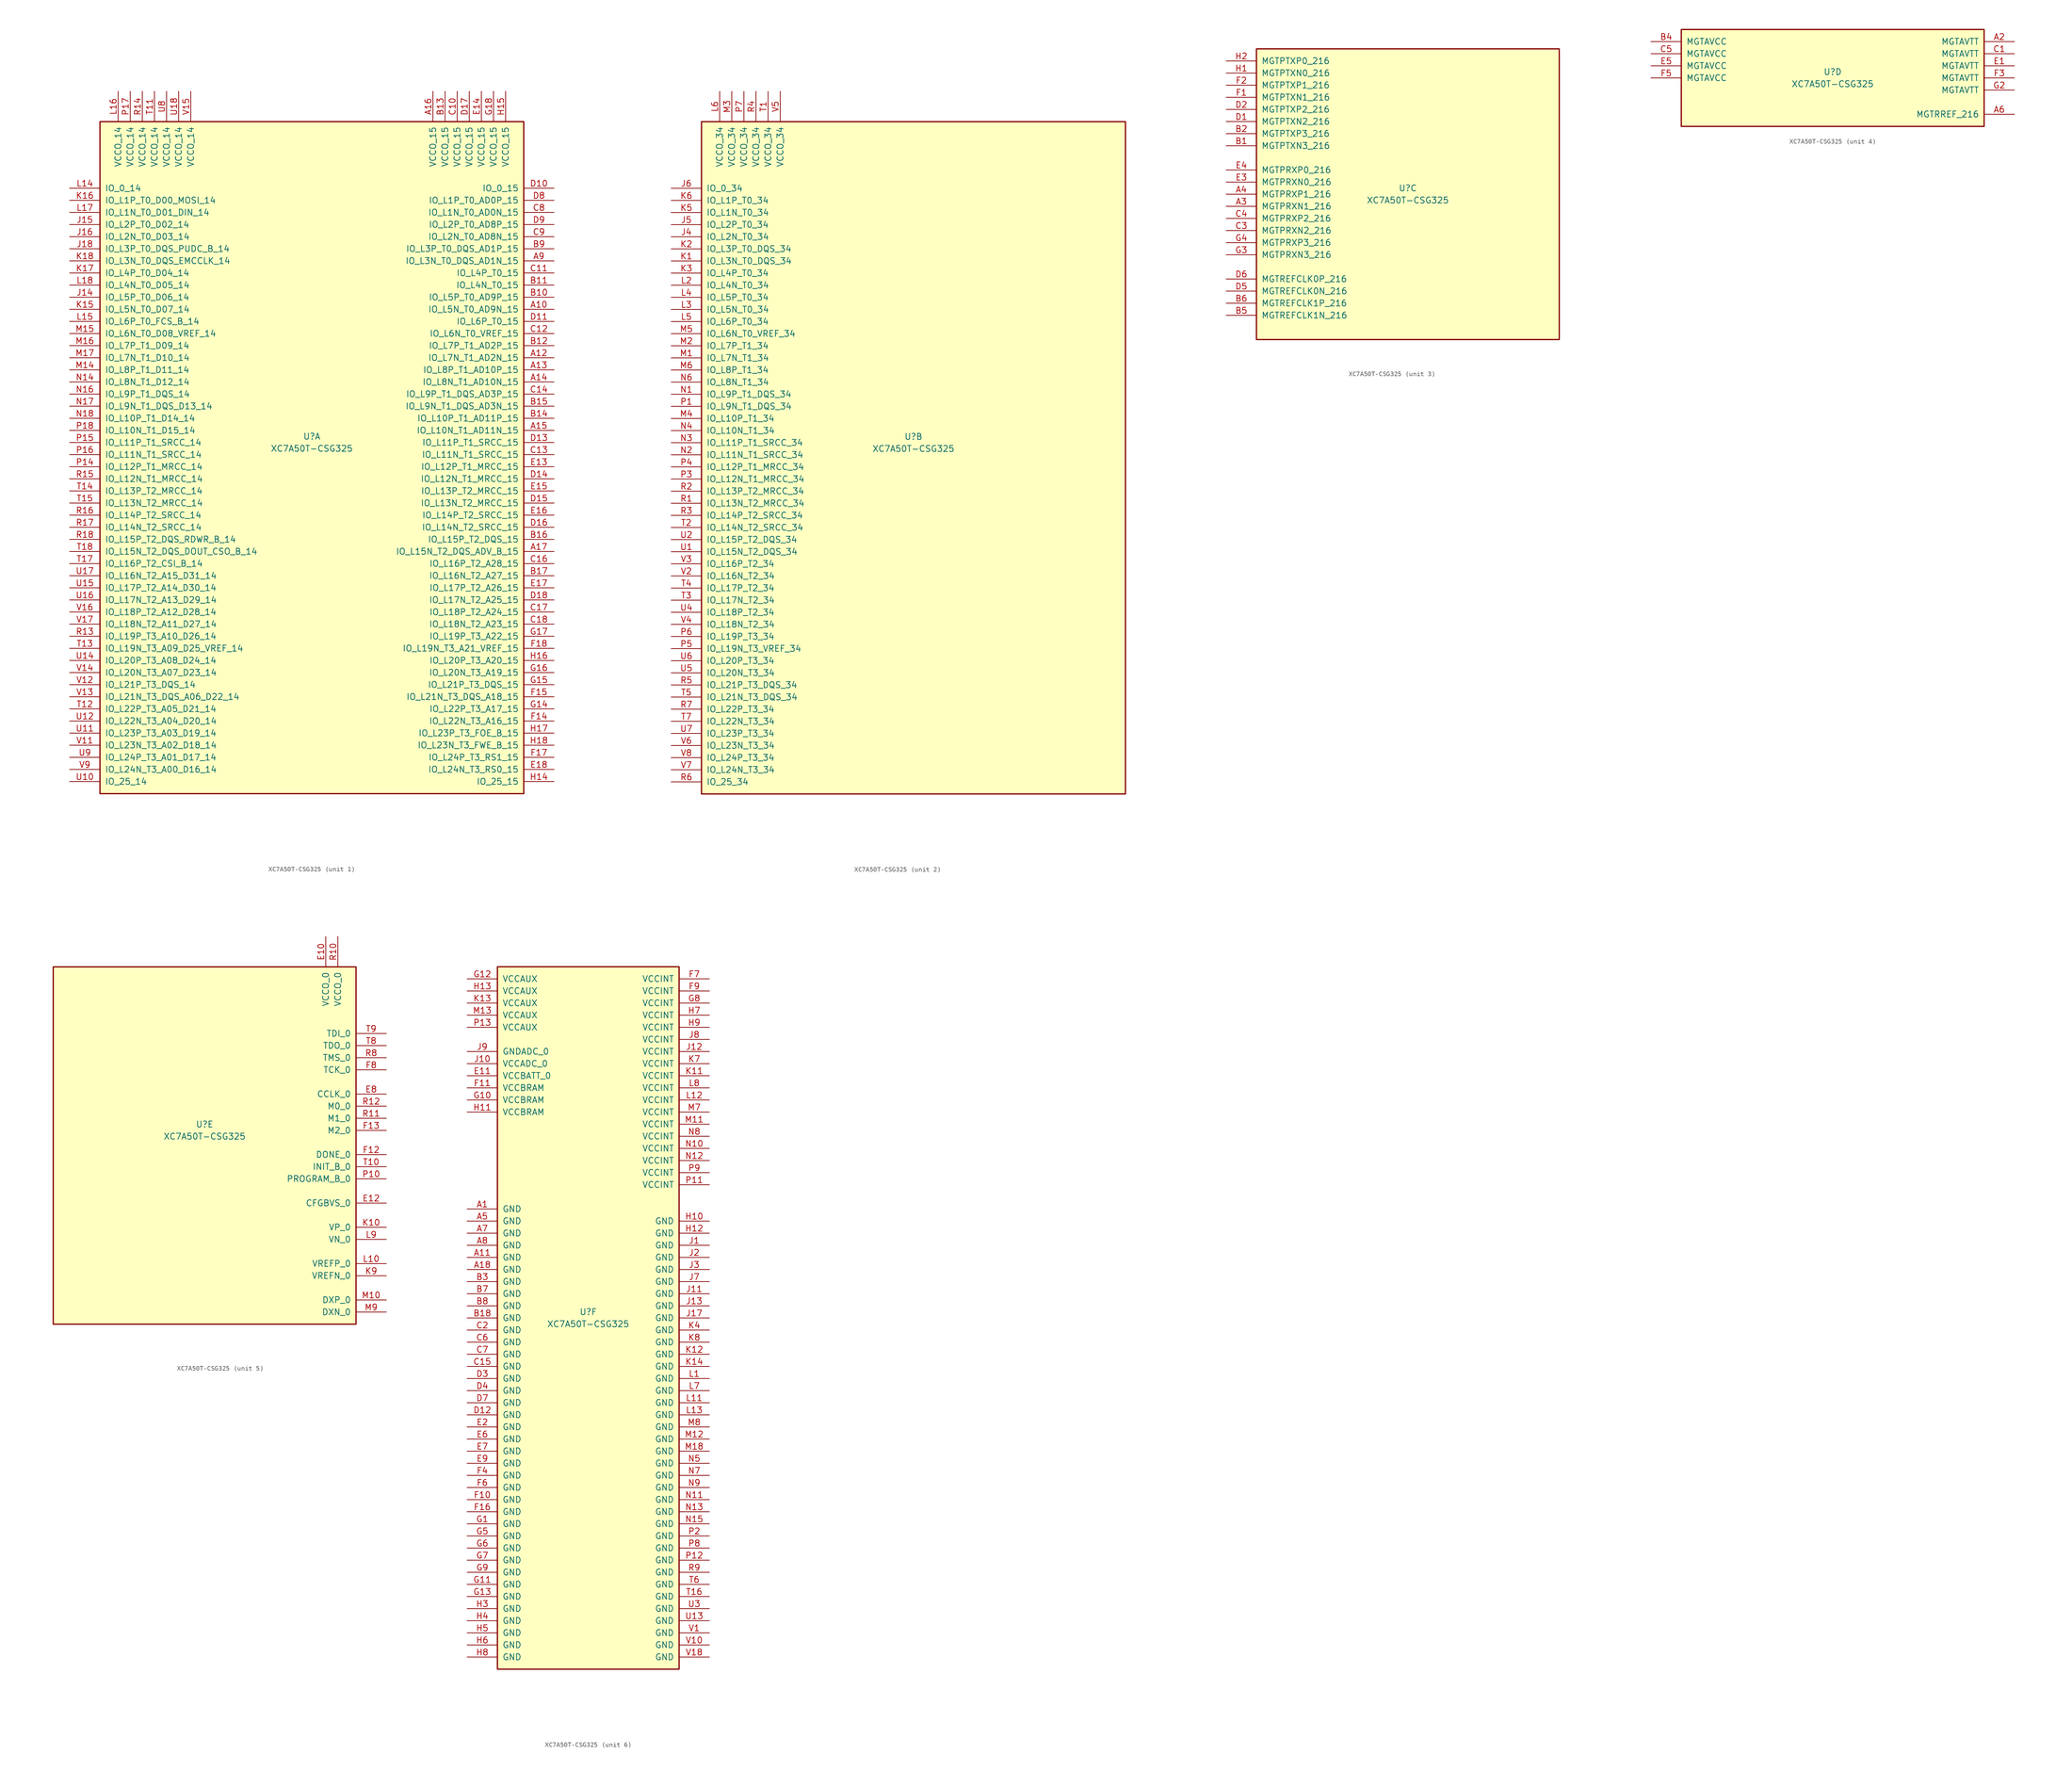
<source format=kicad_sym>
(kicad_symbol_lib
  (version 20231120)
  (generator "kicad_symbol_editor")
  (generator_version "8.0")
  (symbol "XC7A50T-CSG325"
    (pin_names
      (offset 1.016))
    (property "Reference" "U"
      (at 0 1.27 0)
      (effects (font (size 1.27 1.27))))
    (property "Value" "XC7A50T-CSG325"
      (at 0 -1.27 0)
      (effects (font (size 1.27 1.27))))
    (property "Datasheet" ""
      (at 0 0 0)
      (effects (font (size 1.27 1.27))))
    (property "ki_locked" ""
      (at 0 0 0)
      (effects (font (size 1.27 1.27))))
    (symbol "XC7A50T-CSG325_1_1"
      (rectangle (start -44.45 67.31) (end 44.45 -73.66) (stroke (width 0.254) (type default)) (fill (type background)))
      (pin bidirectional line (at 50.8 27.94 180) (length 6.35) (name "IO_L5N_T0_AD9N_15" (effects (font (size 1.27 1.27)))) (number "A10" (effects (font (size 1.27 1.27)))))
      (pin bidirectional line (at 50.8 17.78 180) (length 6.35) (name "IO_L7N_T1_AD2N_15" (effects (font (size 1.27 1.27)))) (number "A12" (effects (font (size 1.27 1.27)))))
      (pin bidirectional line (at 50.8 15.24 180) (length 6.35) (name "IO_L8P_T1_AD10P_15" (effects (font (size 1.27 1.27)))) (number "A13" (effects (font (size 1.27 1.27)))))
      (pin bidirectional line (at 50.8 12.7 180) (length 6.35) (name "IO_L8N_T1_AD10N_15" (effects (font (size 1.27 1.27)))) (number "A14" (effects (font (size 1.27 1.27)))))
      (pin bidirectional line (at 50.8 2.54 180) (length 6.35) (name "IO_L10N_T1_AD11N_15" (effects (font (size 1.27 1.27)))) (number "A15" (effects (font (size 1.27 1.27)))))
      (pin power_in line (at 25.4 73.66 270) (length 6.35) (name "VCCO_15" (effects (font (size 1.27 1.27)))) (number "A16" (effects (font (size 1.27 1.27)))))
      (pin bidirectional line (at 50.8 -22.86 180) (length 6.35) (name "IO_L15N_T2_DQS_ADV_B_15" (effects (font (size 1.27 1.27)))) (number "A17" (effects (font (size 1.27 1.27)))))
      (pin bidirectional line (at 50.8 38.1 180) (length 6.35) (name "IO_L3N_T0_DQS_AD1N_15" (effects (font (size 1.27 1.27)))) (number "A9" (effects (font (size 1.27 1.27)))))
      (pin bidirectional line (at 50.8 30.48 180) (length 6.35) (name "IO_L5P_T0_AD9P_15" (effects (font (size 1.27 1.27)))) (number "B10" (effects (font (size 1.27 1.27)))))
      (pin bidirectional line (at 50.8 33.02 180) (length 6.35) (name "IO_L4N_T0_15" (effects (font (size 1.27 1.27)))) (number "B11" (effects (font (size 1.27 1.27)))))
      (pin bidirectional line (at 50.8 20.32 180) (length 6.35) (name "IO_L7P_T1_AD2P_15" (effects (font (size 1.27 1.27)))) (number "B12" (effects (font (size 1.27 1.27)))))
      (pin power_in line (at 27.94 73.66 270) (length 6.35) (name "VCCO_15" (effects (font (size 1.27 1.27)))) (number "B13" (effects (font (size 1.27 1.27)))))
      (pin bidirectional line (at 50.8 5.08 180) (length 6.35) (name "IO_L10P_T1_AD11P_15" (effects (font (size 1.27 1.27)))) (number "B14" (effects (font (size 1.27 1.27)))))
      (pin bidirectional line (at 50.8 7.62 180) (length 6.35) (name "IO_L9N_T1_DQS_AD3N_15" (effects (font (size 1.27 1.27)))) (number "B15" (effects (font (size 1.27 1.27)))))
      (pin bidirectional line (at 50.8 -20.32 180) (length 6.35) (name "IO_L15P_T2_DQS_15" (effects (font (size 1.27 1.27)))) (number "B16" (effects (font (size 1.27 1.27)))))
      (pin bidirectional line (at 50.8 -27.94 180) (length 6.35) (name "IO_L16N_T2_A27_15" (effects (font (size 1.27 1.27)))) (number "B17" (effects (font (size 1.27 1.27)))))
      (pin bidirectional line (at 50.8 40.64 180) (length 6.35) (name "IO_L3P_T0_DQS_AD1P_15" (effects (font (size 1.27 1.27)))) (number "B9" (effects (font (size 1.27 1.27)))))
      (pin power_in line (at 30.48 73.66 270) (length 6.35) (name "VCCO_15" (effects (font (size 1.27 1.27)))) (number "C10" (effects (font (size 1.27 1.27)))))
      (pin bidirectional line (at 50.8 35.56 180) (length 6.35) (name "IO_L4P_T0_15" (effects (font (size 1.27 1.27)))) (number "C11" (effects (font (size 1.27 1.27)))))
      (pin bidirectional line (at 50.8 22.86 180) (length 6.35) (name "IO_L6N_T0_VREF_15" (effects (font (size 1.27 1.27)))) (number "C12" (effects (font (size 1.27 1.27)))))
      (pin bidirectional line (at 50.8 -2.54 180) (length 6.35) (name "IO_L11N_T1_SRCC_15" (effects (font (size 1.27 1.27)))) (number "C13" (effects (font (size 1.27 1.27)))))
      (pin bidirectional line (at 50.8 10.16 180) (length 6.35) (name "IO_L9P_T1_DQS_AD3P_15" (effects (font (size 1.27 1.27)))) (number "C14" (effects (font (size 1.27 1.27)))))
      (pin bidirectional line (at 50.8 -25.4 180) (length 6.35) (name "IO_L16P_T2_A28_15" (effects (font (size 1.27 1.27)))) (number "C16" (effects (font (size 1.27 1.27)))))
      (pin bidirectional line (at 50.8 -35.56 180) (length 6.35) (name "IO_L18P_T2_A24_15" (effects (font (size 1.27 1.27)))) (number "C17" (effects (font (size 1.27 1.27)))))
      (pin bidirectional line (at 50.8 -38.1 180) (length 6.35) (name "IO_L18N_T2_A23_15" (effects (font (size 1.27 1.27)))) (number "C18" (effects (font (size 1.27 1.27)))))
      (pin bidirectional line (at 50.8 48.26 180) (length 6.35) (name "IO_L1N_T0_AD0N_15" (effects (font (size 1.27 1.27)))) (number "C8" (effects (font (size 1.27 1.27)))))
      (pin bidirectional line (at 50.8 43.18 180) (length 6.35) (name "IO_L2N_T0_AD8N_15" (effects (font (size 1.27 1.27)))) (number "C9" (effects (font (size 1.27 1.27)))))
      (pin bidirectional line (at 50.8 53.34 180) (length 6.35) (name "IO_0_15" (effects (font (size 1.27 1.27)))) (number "D10" (effects (font (size 1.27 1.27)))))
      (pin bidirectional line (at 50.8 25.4 180) (length 6.35) (name "IO_L6P_T0_15" (effects (font (size 1.27 1.27)))) (number "D11" (effects (font (size 1.27 1.27)))))
      (pin bidirectional line (at 50.8 0 180) (length 6.35) (name "IO_L11P_T1_SRCC_15" (effects (font (size 1.27 1.27)))) (number "D13" (effects (font (size 1.27 1.27)))))
      (pin bidirectional line (at 50.8 -7.62 180) (length 6.35) (name "IO_L12N_T1_MRCC_15" (effects (font (size 1.27 1.27)))) (number "D14" (effects (font (size 1.27 1.27)))))
      (pin bidirectional line (at 50.8 -12.7 180) (length 6.35) (name "IO_L13N_T2_MRCC_15" (effects (font (size 1.27 1.27)))) (number "D15" (effects (font (size 1.27 1.27)))))
      (pin bidirectional line (at 50.8 -17.78 180) (length 6.35) (name "IO_L14N_T2_SRCC_15" (effects (font (size 1.27 1.27)))) (number "D16" (effects (font (size 1.27 1.27)))))
      (pin power_in line (at 33.02 73.66 270) (length 6.35) (name "VCCO_15" (effects (font (size 1.27 1.27)))) (number "D17" (effects (font (size 1.27 1.27)))))
      (pin bidirectional line (at 50.8 -33.02 180) (length 6.35) (name "IO_L17N_T2_A25_15" (effects (font (size 1.27 1.27)))) (number "D18" (effects (font (size 1.27 1.27)))))
      (pin bidirectional line (at 50.8 50.8 180) (length 6.35) (name "IO_L1P_T0_AD0P_15" (effects (font (size 1.27 1.27)))) (number "D8" (effects (font (size 1.27 1.27)))))
      (pin bidirectional line (at 50.8 45.72 180) (length 6.35) (name "IO_L2P_T0_AD8P_15" (effects (font (size 1.27 1.27)))) (number "D9" (effects (font (size 1.27 1.27)))))
      (pin bidirectional line (at 50.8 -5.08 180) (length 6.35) (name "IO_L12P_T1_MRCC_15" (effects (font (size 1.27 1.27)))) (number "E13" (effects (font (size 1.27 1.27)))))
      (pin power_in line (at 35.56 73.66 270) (length 6.35) (name "VCCO_15" (effects (font (size 1.27 1.27)))) (number "E14" (effects (font (size 1.27 1.27)))))
      (pin bidirectional line (at 50.8 -10.16 180) (length 6.35) (name "IO_L13P_T2_MRCC_15" (effects (font (size 1.27 1.27)))) (number "E15" (effects (font (size 1.27 1.27)))))
      (pin bidirectional line (at 50.8 -15.24 180) (length 6.35) (name "IO_L14P_T2_SRCC_15" (effects (font (size 1.27 1.27)))) (number "E16" (effects (font (size 1.27 1.27)))))
      (pin bidirectional line (at 50.8 -30.48 180) (length 6.35) (name "IO_L17P_T2_A26_15" (effects (font (size 1.27 1.27)))) (number "E17" (effects (font (size 1.27 1.27)))))
      (pin bidirectional line (at 50.8 -68.58 180) (length 6.35) (name "IO_L24N_T3_RS0_15" (effects (font (size 1.27 1.27)))) (number "E18" (effects (font (size 1.27 1.27)))))
      (pin bidirectional line (at 50.8 -58.42 180) (length 6.35) (name "IO_L22N_T3_A16_15" (effects (font (size 1.27 1.27)))) (number "F14" (effects (font (size 1.27 1.27)))))
      (pin bidirectional line (at 50.8 -53.34 180) (length 6.35) (name "IO_L21N_T3_DQS_A18_15" (effects (font (size 1.27 1.27)))) (number "F15" (effects (font (size 1.27 1.27)))))
      (pin bidirectional line (at 50.8 -66.04 180) (length 6.35) (name "IO_L24P_T3_RS1_15" (effects (font (size 1.27 1.27)))) (number "F17" (effects (font (size 1.27 1.27)))))
      (pin bidirectional line (at 50.8 -43.18 180) (length 6.35) (name "IO_L19N_T3_A21_VREF_15" (effects (font (size 1.27 1.27)))) (number "F18" (effects (font (size 1.27 1.27)))))
      (pin bidirectional line (at 50.8 -55.88 180) (length 6.35) (name "IO_L22P_T3_A17_15" (effects (font (size 1.27 1.27)))) (number "G14" (effects (font (size 1.27 1.27)))))
      (pin bidirectional line (at 50.8 -50.8 180) (length 6.35) (name "IO_L21P_T3_DQS_15" (effects (font (size 1.27 1.27)))) (number "G15" (effects (font (size 1.27 1.27)))))
      (pin bidirectional line (at 50.8 -48.26 180) (length 6.35) (name "IO_L20N_T3_A19_15" (effects (font (size 1.27 1.27)))) (number "G16" (effects (font (size 1.27 1.27)))))
      (pin bidirectional line (at 50.8 -40.64 180) (length 6.35) (name "IO_L19P_T3_A22_15" (effects (font (size 1.27 1.27)))) (number "G17" (effects (font (size 1.27 1.27)))))
      (pin power_in line (at 38.1 73.66 270) (length 6.35) (name "VCCO_15" (effects (font (size 1.27 1.27)))) (number "G18" (effects (font (size 1.27 1.27)))))
      (pin bidirectional line (at 50.8 -71.12 180) (length 6.35) (name "IO_25_15" (effects (font (size 1.27 1.27)))) (number "H14" (effects (font (size 1.27 1.27)))))
      (pin power_in line (at 40.64 73.66 270) (length 6.35) (name "VCCO_15" (effects (font (size 1.27 1.27)))) (number "H15" (effects (font (size 1.27 1.27)))))
      (pin bidirectional line (at 50.8 -45.72 180) (length 6.35) (name "IO_L20P_T3_A20_15" (effects (font (size 1.27 1.27)))) (number "H16" (effects (font (size 1.27 1.27)))))
      (pin bidirectional line (at 50.8 -60.96 180) (length 6.35) (name "IO_L23P_T3_FOE_B_15" (effects (font (size 1.27 1.27)))) (number "H17" (effects (font (size 1.27 1.27)))))
      (pin bidirectional line (at 50.8 -63.5 180) (length 6.35) (name "IO_L23N_T3_FWE_B_15" (effects (font (size 1.27 1.27)))) (number "H18" (effects (font (size 1.27 1.27)))))
      (pin bidirectional line (at -50.8 30.48 0) (length 6.35) (name "IO_L5P_T0_D06_14" (effects (font (size 1.27 1.27)))) (number "J14" (effects (font (size 1.27 1.27)))))
      (pin bidirectional line (at -50.8 45.72 0) (length 6.35) (name "IO_L2P_T0_D02_14" (effects (font (size 1.27 1.27)))) (number "J15" (effects (font (size 1.27 1.27)))))
      (pin bidirectional line (at -50.8 43.18 0) (length 6.35) (name "IO_L2N_T0_D03_14" (effects (font (size 1.27 1.27)))) (number "J16" (effects (font (size 1.27 1.27)))))
      (pin bidirectional line (at -50.8 40.64 0) (length 6.35) (name "IO_L3P_T0_DQS_PUDC_B_14" (effects (font (size 1.27 1.27)))) (number "J18" (effects (font (size 1.27 1.27)))))
      (pin bidirectional line (at -50.8 27.94 0) (length 6.35) (name "IO_L5N_T0_D07_14" (effects (font (size 1.27 1.27)))) (number "K15" (effects (font (size 1.27 1.27)))))
      (pin bidirectional line (at -50.8 50.8 0) (length 6.35) (name "IO_L1P_T0_D00_MOSI_14" (effects (font (size 1.27 1.27)))) (number "K16" (effects (font (size 1.27 1.27)))))
      (pin bidirectional line (at -50.8 35.56 0) (length 6.35) (name "IO_L4P_T0_D04_14" (effects (font (size 1.27 1.27)))) (number "K17" (effects (font (size 1.27 1.27)))))
      (pin bidirectional line (at -50.8 38.1 0) (length 6.35) (name "IO_L3N_T0_DQS_EMCCLK_14" (effects (font (size 1.27 1.27)))) (number "K18" (effects (font (size 1.27 1.27)))))
      (pin bidirectional line (at -50.8 53.34 0) (length 6.35) (name "IO_0_14" (effects (font (size 1.27 1.27)))) (number "L14" (effects (font (size 1.27 1.27)))))
      (pin bidirectional line (at -50.8 25.4 0) (length 6.35) (name "IO_L6P_T0_FCS_B_14" (effects (font (size 1.27 1.27)))) (number "L15" (effects (font (size 1.27 1.27)))))
      (pin power_in line (at -40.64 73.66 270) (length 6.35) (name "VCCO_14" (effects (font (size 1.27 1.27)))) (number "L16" (effects (font (size 1.27 1.27)))))
      (pin bidirectional line (at -50.8 48.26 0) (length 6.35) (name "IO_L1N_T0_D01_DIN_14" (effects (font (size 1.27 1.27)))) (number "L17" (effects (font (size 1.27 1.27)))))
      (pin bidirectional line (at -50.8 33.02 0) (length 6.35) (name "IO_L4N_T0_D05_14" (effects (font (size 1.27 1.27)))) (number "L18" (effects (font (size 1.27 1.27)))))
      (pin bidirectional line (at -50.8 15.24 0) (length 6.35) (name "IO_L8P_T1_D11_14" (effects (font (size 1.27 1.27)))) (number "M14" (effects (font (size 1.27 1.27)))))
      (pin bidirectional line (at -50.8 22.86 0) (length 6.35) (name "IO_L6N_T0_D08_VREF_14" (effects (font (size 1.27 1.27)))) (number "M15" (effects (font (size 1.27 1.27)))))
      (pin bidirectional line (at -50.8 20.32 0) (length 6.35) (name "IO_L7P_T1_D09_14" (effects (font (size 1.27 1.27)))) (number "M16" (effects (font (size 1.27 1.27)))))
      (pin bidirectional line (at -50.8 17.78 0) (length 6.35) (name "IO_L7N_T1_D10_14" (effects (font (size 1.27 1.27)))) (number "M17" (effects (font (size 1.27 1.27)))))
      (pin bidirectional line (at -50.8 12.7 0) (length 6.35) (name "IO_L8N_T1_D12_14" (effects (font (size 1.27 1.27)))) (number "N14" (effects (font (size 1.27 1.27)))))
      (pin bidirectional line (at -50.8 10.16 0) (length 6.35) (name "IO_L9P_T1_DQS_14" (effects (font (size 1.27 1.27)))) (number "N16" (effects (font (size 1.27 1.27)))))
      (pin bidirectional line (at -50.8 7.62 0) (length 6.35) (name "IO_L9N_T1_DQS_D13_14" (effects (font (size 1.27 1.27)))) (number "N17" (effects (font (size 1.27 1.27)))))
      (pin bidirectional line (at -50.8 5.08 0) (length 6.35) (name "IO_L10P_T1_D14_14" (effects (font (size 1.27 1.27)))) (number "N18" (effects (font (size 1.27 1.27)))))
      (pin bidirectional line (at -50.8 -5.08 0) (length 6.35) (name "IO_L12P_T1_MRCC_14" (effects (font (size 1.27 1.27)))) (number "P14" (effects (font (size 1.27 1.27)))))
      (pin bidirectional line (at -50.8 0 0) (length 6.35) (name "IO_L11P_T1_SRCC_14" (effects (font (size 1.27 1.27)))) (number "P15" (effects (font (size 1.27 1.27)))))
      (pin bidirectional line (at -50.8 -2.54 0) (length 6.35) (name "IO_L11N_T1_SRCC_14" (effects (font (size 1.27 1.27)))) (number "P16" (effects (font (size 1.27 1.27)))))
      (pin power_in line (at -38.1 73.66 270) (length 6.35) (name "VCCO_14" (effects (font (size 1.27 1.27)))) (number "P17" (effects (font (size 1.27 1.27)))))
      (pin bidirectional line (at -50.8 2.54 0) (length 6.35) (name "IO_L10N_T1_D15_14" (effects (font (size 1.27 1.27)))) (number "P18" (effects (font (size 1.27 1.27)))))
      (pin bidirectional line (at -50.8 -40.64 0) (length 6.35) (name "IO_L19P_T3_A10_D26_14" (effects (font (size 1.27 1.27)))) (number "R13" (effects (font (size 1.27 1.27)))))
      (pin power_in line (at -35.56 73.66 270) (length 6.35) (name "VCCO_14" (effects (font (size 1.27 1.27)))) (number "R14" (effects (font (size 1.27 1.27)))))
      (pin bidirectional line (at -50.8 -7.62 0) (length 6.35) (name "IO_L12N_T1_MRCC_14" (effects (font (size 1.27 1.27)))) (number "R15" (effects (font (size 1.27 1.27)))))
      (pin bidirectional line (at -50.8 -15.24 0) (length 6.35) (name "IO_L14P_T2_SRCC_14" (effects (font (size 1.27 1.27)))) (number "R16" (effects (font (size 1.27 1.27)))))
      (pin bidirectional line (at -50.8 -17.78 0) (length 6.35) (name "IO_L14N_T2_SRCC_14" (effects (font (size 1.27 1.27)))) (number "R17" (effects (font (size 1.27 1.27)))))
      (pin bidirectional line (at -50.8 -20.32 0) (length 6.35) (name "IO_L15P_T2_DQS_RDWR_B_14" (effects (font (size 1.27 1.27)))) (number "R18" (effects (font (size 1.27 1.27)))))
      (pin power_in line (at -33.02 73.66 270) (length 6.35) (name "VCCO_14" (effects (font (size 1.27 1.27)))) (number "T11" (effects (font (size 1.27 1.27)))))
      (pin bidirectional line (at -50.8 -55.88 0) (length 6.35) (name "IO_L22P_T3_A05_D21_14" (effects (font (size 1.27 1.27)))) (number "T12" (effects (font (size 1.27 1.27)))))
      (pin bidirectional line (at -50.8 -43.18 0) (length 6.35) (name "IO_L19N_T3_A09_D25_VREF_14" (effects (font (size 1.27 1.27)))) (number "T13" (effects (font (size 1.27 1.27)))))
      (pin bidirectional line (at -50.8 -10.16 0) (length 6.35) (name "IO_L13P_T2_MRCC_14" (effects (font (size 1.27 1.27)))) (number "T14" (effects (font (size 1.27 1.27)))))
      (pin bidirectional line (at -50.8 -12.7 0) (length 6.35) (name "IO_L13N_T2_MRCC_14" (effects (font (size 1.27 1.27)))) (number "T15" (effects (font (size 1.27 1.27)))))
      (pin bidirectional line (at -50.8 -25.4 0) (length 6.35) (name "IO_L16P_T2_CSI_B_14" (effects (font (size 1.27 1.27)))) (number "T17" (effects (font (size 1.27 1.27)))))
      (pin bidirectional line (at -50.8 -22.86 0) (length 6.35) (name "IO_L15N_T2_DQS_DOUT_CSO_B_14" (effects (font (size 1.27 1.27)))) (number "T18" (effects (font (size 1.27 1.27)))))
      (pin bidirectional line (at -50.8 -71.12 0) (length 6.35) (name "IO_25_14" (effects (font (size 1.27 1.27)))) (number "U10" (effects (font (size 1.27 1.27)))))
      (pin bidirectional line (at -50.8 -60.96 0) (length 6.35) (name "IO_L23P_T3_A03_D19_14" (effects (font (size 1.27 1.27)))) (number "U11" (effects (font (size 1.27 1.27)))))
      (pin bidirectional line (at -50.8 -58.42 0) (length 6.35) (name "IO_L22N_T3_A04_D20_14" (effects (font (size 1.27 1.27)))) (number "U12" (effects (font (size 1.27 1.27)))))
      (pin bidirectional line (at -50.8 -45.72 0) (length 6.35) (name "IO_L20P_T3_A08_D24_14" (effects (font (size 1.27 1.27)))) (number "U14" (effects (font (size 1.27 1.27)))))
      (pin bidirectional line (at -50.8 -30.48 0) (length 6.35) (name "IO_L17P_T2_A14_D30_14" (effects (font (size 1.27 1.27)))) (number "U15" (effects (font (size 1.27 1.27)))))
      (pin bidirectional line (at -50.8 -33.02 0) (length 6.35) (name "IO_L17N_T2_A13_D29_14" (effects (font (size 1.27 1.27)))) (number "U16" (effects (font (size 1.27 1.27)))))
      (pin bidirectional line (at -50.8 -27.94 0) (length 6.35) (name "IO_L16N_T2_A15_D31_14" (effects (font (size 1.27 1.27)))) (number "U17" (effects (font (size 1.27 1.27)))))
      (pin power_in line (at -27.94 73.66 270) (length 6.35) (name "VCCO_14" (effects (font (size 1.27 1.27)))) (number "U18" (effects (font (size 1.27 1.27)))))
      (pin power_in line (at -30.48 73.66 270) (length 6.35) (name "VCCO_14" (effects (font (size 1.27 1.27)))) (number "U8" (effects (font (size 1.27 1.27)))))
      (pin bidirectional line (at -50.8 -66.04 0) (length 6.35) (name "IO_L24P_T3_A01_D17_14" (effects (font (size 1.27 1.27)))) (number "U9" (effects (font (size 1.27 1.27)))))
      (pin bidirectional line (at -50.8 -63.5 0) (length 6.35) (name "IO_L23N_T3_A02_D18_14" (effects (font (size 1.27 1.27)))) (number "V11" (effects (font (size 1.27 1.27)))))
      (pin bidirectional line (at -50.8 -50.8 0) (length 6.35) (name "IO_L21P_T3_DQS_14" (effects (font (size 1.27 1.27)))) (number "V12" (effects (font (size 1.27 1.27)))))
      (pin bidirectional line (at -50.8 -53.34 0) (length 6.35) (name "IO_L21N_T3_DQS_A06_D22_14" (effects (font (size 1.27 1.27)))) (number "V13" (effects (font (size 1.27 1.27)))))
      (pin bidirectional line (at -50.8 -48.26 0) (length 6.35) (name "IO_L20N_T3_A07_D23_14" (effects (font (size 1.27 1.27)))) (number "V14" (effects (font (size 1.27 1.27)))))
      (pin power_in line (at -25.4 73.66 270) (length 6.35) (name "VCCO_14" (effects (font (size 1.27 1.27)))) (number "V15" (effects (font (size 1.27 1.27)))))
      (pin bidirectional line (at -50.8 -35.56 0) (length 6.35) (name "IO_L18P_T2_A12_D28_14" (effects (font (size 1.27 1.27)))) (number "V16" (effects (font (size 1.27 1.27)))))
      (pin bidirectional line (at -50.8 -38.1 0) (length 6.35) (name "IO_L18N_T2_A11_D27_14" (effects (font (size 1.27 1.27)))) (number "V17" (effects (font (size 1.27 1.27)))))
      (pin bidirectional line (at -50.8 -68.58 0) (length 6.35) (name "IO_L24N_T3_A00_D16_14" (effects (font (size 1.27 1.27)))) (number "V9" (effects (font (size 1.27 1.27))))))
    (symbol "XC7A50T-CSG325_2_1"
      (rectangle (start -44.45 67.31) (end 44.45 -73.66) (stroke (width 0.254) (type default)) (fill (type background)))
      (pin bidirectional line (at -50.8 43.18 0) (length 6.35) (name "IO_L2N_T0_34" (effects (font (size 1.27 1.27)))) (number "J4" (effects (font (size 1.27 1.27)))))
      (pin bidirectional line (at -50.8 45.72 0) (length 6.35) (name "IO_L2P_T0_34" (effects (font (size 1.27 1.27)))) (number "J5" (effects (font (size 1.27 1.27)))))
      (pin bidirectional line (at -50.8 53.34 0) (length 6.35) (name "IO_0_34" (effects (font (size 1.27 1.27)))) (number "J6" (effects (font (size 1.27 1.27)))))
      (pin bidirectional line (at -50.8 38.1 0) (length 6.35) (name "IO_L3N_T0_DQS_34" (effects (font (size 1.27 1.27)))) (number "K1" (effects (font (size 1.27 1.27)))))
      (pin bidirectional line (at -50.8 40.64 0) (length 6.35) (name "IO_L3P_T0_DQS_34" (effects (font (size 1.27 1.27)))) (number "K2" (effects (font (size 1.27 1.27)))))
      (pin bidirectional line (at -50.8 35.56 0) (length 6.35) (name "IO_L4P_T0_34" (effects (font (size 1.27 1.27)))) (number "K3" (effects (font (size 1.27 1.27)))))
      (pin bidirectional line (at -50.8 48.26 0) (length 6.35) (name "IO_L1N_T0_34" (effects (font (size 1.27 1.27)))) (number "K5" (effects (font (size 1.27 1.27)))))
      (pin bidirectional line (at -50.8 50.8 0) (length 6.35) (name "IO_L1P_T0_34" (effects (font (size 1.27 1.27)))) (number "K6" (effects (font (size 1.27 1.27)))))
      (pin bidirectional line (at -50.8 33.02 0) (length 6.35) (name "IO_L4N_T0_34" (effects (font (size 1.27 1.27)))) (number "L2" (effects (font (size 1.27 1.27)))))
      (pin bidirectional line (at -50.8 27.94 0) (length 6.35) (name "IO_L5N_T0_34" (effects (font (size 1.27 1.27)))) (number "L3" (effects (font (size 1.27 1.27)))))
      (pin bidirectional line (at -50.8 30.48 0) (length 6.35) (name "IO_L5P_T0_34" (effects (font (size 1.27 1.27)))) (number "L4" (effects (font (size 1.27 1.27)))))
      (pin bidirectional line (at -50.8 25.4 0) (length 6.35) (name "IO_L6P_T0_34" (effects (font (size 1.27 1.27)))) (number "L5" (effects (font (size 1.27 1.27)))))
      (pin power_in line (at -40.64 73.66 270) (length 6.35) (name "VCCO_34" (effects (font (size 1.27 1.27)))) (number "L6" (effects (font (size 1.27 1.27)))))
      (pin bidirectional line (at -50.8 17.78 0) (length 6.35) (name "IO_L7N_T1_34" (effects (font (size 1.27 1.27)))) (number "M1" (effects (font (size 1.27 1.27)))))
      (pin bidirectional line (at -50.8 20.32 0) (length 6.35) (name "IO_L7P_T1_34" (effects (font (size 1.27 1.27)))) (number "M2" (effects (font (size 1.27 1.27)))))
      (pin power_in line (at -38.1 73.66 270) (length 6.35) (name "VCCO_34" (effects (font (size 1.27 1.27)))) (number "M3" (effects (font (size 1.27 1.27)))))
      (pin bidirectional line (at -50.8 5.08 0) (length 6.35) (name "IO_L10P_T1_34" (effects (font (size 1.27 1.27)))) (number "M4" (effects (font (size 1.27 1.27)))))
      (pin bidirectional line (at -50.8 22.86 0) (length 6.35) (name "IO_L6N_T0_VREF_34" (effects (font (size 1.27 1.27)))) (number "M5" (effects (font (size 1.27 1.27)))))
      (pin bidirectional line (at -50.8 15.24 0) (length 6.35) (name "IO_L8P_T1_34" (effects (font (size 1.27 1.27)))) (number "M6" (effects (font (size 1.27 1.27)))))
      (pin bidirectional line (at -50.8 10.16 0) (length 6.35) (name "IO_L9P_T1_DQS_34" (effects (font (size 1.27 1.27)))) (number "N1" (effects (font (size 1.27 1.27)))))
      (pin bidirectional line (at -50.8 -2.54 0) (length 6.35) (name "IO_L11N_T1_SRCC_34" (effects (font (size 1.27 1.27)))) (number "N2" (effects (font (size 1.27 1.27)))))
      (pin bidirectional line (at -50.8 0 0) (length 6.35) (name "IO_L11P_T1_SRCC_34" (effects (font (size 1.27 1.27)))) (number "N3" (effects (font (size 1.27 1.27)))))
      (pin bidirectional line (at -50.8 2.54 0) (length 6.35) (name "IO_L10N_T1_34" (effects (font (size 1.27 1.27)))) (number "N4" (effects (font (size 1.27 1.27)))))
      (pin bidirectional line (at -50.8 12.7 0) (length 6.35) (name "IO_L8N_T1_34" (effects (font (size 1.27 1.27)))) (number "N6" (effects (font (size 1.27 1.27)))))
      (pin bidirectional line (at -50.8 7.62 0) (length 6.35) (name "IO_L9N_T1_DQS_34" (effects (font (size 1.27 1.27)))) (number "P1" (effects (font (size 1.27 1.27)))))
      (pin bidirectional line (at -50.8 -7.62 0) (length 6.35) (name "IO_L12N_T1_MRCC_34" (effects (font (size 1.27 1.27)))) (number "P3" (effects (font (size 1.27 1.27)))))
      (pin bidirectional line (at -50.8 -5.08 0) (length 6.35) (name "IO_L12P_T1_MRCC_34" (effects (font (size 1.27 1.27)))) (number "P4" (effects (font (size 1.27 1.27)))))
      (pin bidirectional line (at -50.8 -43.18 0) (length 6.35) (name "IO_L19N_T3_VREF_34" (effects (font (size 1.27 1.27)))) (number "P5" (effects (font (size 1.27 1.27)))))
      (pin bidirectional line (at -50.8 -40.64 0) (length 6.35) (name "IO_L19P_T3_34" (effects (font (size 1.27 1.27)))) (number "P6" (effects (font (size 1.27 1.27)))))
      (pin power_in line (at -35.56 73.66 270) (length 6.35) (name "VCCO_34" (effects (font (size 1.27 1.27)))) (number "P7" (effects (font (size 1.27 1.27)))))
      (pin bidirectional line (at -50.8 -12.7 0) (length 6.35) (name "IO_L13N_T2_MRCC_34" (effects (font (size 1.27 1.27)))) (number "R1" (effects (font (size 1.27 1.27)))))
      (pin bidirectional line (at -50.8 -10.16 0) (length 6.35) (name "IO_L13P_T2_MRCC_34" (effects (font (size 1.27 1.27)))) (number "R2" (effects (font (size 1.27 1.27)))))
      (pin bidirectional line (at -50.8 -15.24 0) (length 6.35) (name "IO_L14P_T2_SRCC_34" (effects (font (size 1.27 1.27)))) (number "R3" (effects (font (size 1.27 1.27)))))
      (pin power_in line (at -33.02 73.66 270) (length 6.35) (name "VCCO_34" (effects (font (size 1.27 1.27)))) (number "R4" (effects (font (size 1.27 1.27)))))
      (pin bidirectional line (at -50.8 -50.8 0) (length 6.35) (name "IO_L21P_T3_DQS_34" (effects (font (size 1.27 1.27)))) (number "R5" (effects (font (size 1.27 1.27)))))
      (pin bidirectional line (at -50.8 -71.12 0) (length 6.35) (name "IO_25_34" (effects (font (size 1.27 1.27)))) (number "R6" (effects (font (size 1.27 1.27)))))
      (pin bidirectional line (at -50.8 -55.88 0) (length 6.35) (name "IO_L22P_T3_34" (effects (font (size 1.27 1.27)))) (number "R7" (effects (font (size 1.27 1.27)))))
      (pin power_in line (at -30.48 73.66 270) (length 6.35) (name "VCCO_34" (effects (font (size 1.27 1.27)))) (number "T1" (effects (font (size 1.27 1.27)))))
      (pin bidirectional line (at -50.8 -17.78 0) (length 6.35) (name "IO_L14N_T2_SRCC_34" (effects (font (size 1.27 1.27)))) (number "T2" (effects (font (size 1.27 1.27)))))
      (pin bidirectional line (at -50.8 -33.02 0) (length 6.35) (name "IO_L17N_T2_34" (effects (font (size 1.27 1.27)))) (number "T3" (effects (font (size 1.27 1.27)))))
      (pin bidirectional line (at -50.8 -30.48 0) (length 6.35) (name "IO_L17P_T2_34" (effects (font (size 1.27 1.27)))) (number "T4" (effects (font (size 1.27 1.27)))))
      (pin bidirectional line (at -50.8 -53.34 0) (length 6.35) (name "IO_L21N_T3_DQS_34" (effects (font (size 1.27 1.27)))) (number "T5" (effects (font (size 1.27 1.27)))))
      (pin bidirectional line (at -50.8 -58.42 0) (length 6.35) (name "IO_L22N_T3_34" (effects (font (size 1.27 1.27)))) (number "T7" (effects (font (size 1.27 1.27)))))
      (pin bidirectional line (at -50.8 -22.86 0) (length 6.35) (name "IO_L15N_T2_DQS_34" (effects (font (size 1.27 1.27)))) (number "U1" (effects (font (size 1.27 1.27)))))
      (pin bidirectional line (at -50.8 -20.32 0) (length 6.35) (name "IO_L15P_T2_DQS_34" (effects (font (size 1.27 1.27)))) (number "U2" (effects (font (size 1.27 1.27)))))
      (pin bidirectional line (at -50.8 -35.56 0) (length 6.35) (name "IO_L18P_T2_34" (effects (font (size 1.27 1.27)))) (number "U4" (effects (font (size 1.27 1.27)))))
      (pin bidirectional line (at -50.8 -48.26 0) (length 6.35) (name "IO_L20N_T3_34" (effects (font (size 1.27 1.27)))) (number "U5" (effects (font (size 1.27 1.27)))))
      (pin bidirectional line (at -50.8 -45.72 0) (length 6.35) (name "IO_L20P_T3_34" (effects (font (size 1.27 1.27)))) (number "U6" (effects (font (size 1.27 1.27)))))
      (pin bidirectional line (at -50.8 -60.96 0) (length 6.35) (name "IO_L23P_T3_34" (effects (font (size 1.27 1.27)))) (number "U7" (effects (font (size 1.27 1.27)))))
      (pin bidirectional line (at -50.8 -27.94 0) (length 6.35) (name "IO_L16N_T2_34" (effects (font (size 1.27 1.27)))) (number "V2" (effects (font (size 1.27 1.27)))))
      (pin bidirectional line (at -50.8 -25.4 0) (length 6.35) (name "IO_L16P_T2_34" (effects (font (size 1.27 1.27)))) (number "V3" (effects (font (size 1.27 1.27)))))
      (pin bidirectional line (at -50.8 -38.1 0) (length 6.35) (name "IO_L18N_T2_34" (effects (font (size 1.27 1.27)))) (number "V4" (effects (font (size 1.27 1.27)))))
      (pin power_in line (at -27.94 73.66 270) (length 6.35) (name "VCCO_34" (effects (font (size 1.27 1.27)))) (number "V5" (effects (font (size 1.27 1.27)))))
      (pin bidirectional line (at -50.8 -63.5 0) (length 6.35) (name "IO_L23N_T3_34" (effects (font (size 1.27 1.27)))) (number "V6" (effects (font (size 1.27 1.27)))))
      (pin bidirectional line (at -50.8 -68.58 0) (length 6.35) (name "IO_L24N_T3_34" (effects (font (size 1.27 1.27)))) (number "V7" (effects (font (size 1.27 1.27)))))
      (pin bidirectional line (at -50.8 -66.04 0) (length 6.35) (name "IO_L24P_T3_34" (effects (font (size 1.27 1.27)))) (number "V8" (effects (font (size 1.27 1.27))))))
    (symbol "XC7A50T-CSG325_3_1"
      (rectangle (start -31.75 30.48) (end 31.75 -30.48) (stroke (width 0.254) (type default)) (fill (type background)))
      (pin bidirectional line (at -38.1 -2.54 0) (length 6.35) (name "MGTPRXN1_216" (effects (font (size 1.27 1.27)))) (number "A3" (effects (font (size 1.27 1.27)))))
      (pin bidirectional line (at -38.1 0 0) (length 6.35) (name "MGTPRXP1_216" (effects (font (size 1.27 1.27)))) (number "A4" (effects (font (size 1.27 1.27)))))
      (pin bidirectional line (at -38.1 10.16 0) (length 6.35) (name "MGTPTXN3_216" (effects (font (size 1.27 1.27)))) (number "B1" (effects (font (size 1.27 1.27)))))
      (pin bidirectional line (at -38.1 12.7 0) (length 6.35) (name "MGTPTXP3_216" (effects (font (size 1.27 1.27)))) (number "B2" (effects (font (size 1.27 1.27)))))
      (pin bidirectional line (at -38.1 -25.4 0) (length 6.35) (name "MGTREFCLK1N_216" (effects (font (size 1.27 1.27)))) (number "B5" (effects (font (size 1.27 1.27)))))
      (pin bidirectional line (at -38.1 -22.86 0) (length 6.35) (name "MGTREFCLK1P_216" (effects (font (size 1.27 1.27)))) (number "B6" (effects (font (size 1.27 1.27)))))
      (pin bidirectional line (at -38.1 -7.62 0) (length 6.35) (name "MGTPRXN2_216" (effects (font (size 1.27 1.27)))) (number "C3" (effects (font (size 1.27 1.27)))))
      (pin bidirectional line (at -38.1 -5.08 0) (length 6.35) (name "MGTPRXP2_216" (effects (font (size 1.27 1.27)))) (number "C4" (effects (font (size 1.27 1.27)))))
      (pin bidirectional line (at -38.1 15.24 0) (length 6.35) (name "MGTPTXN2_216" (effects (font (size 1.27 1.27)))) (number "D1" (effects (font (size 1.27 1.27)))))
      (pin bidirectional line (at -38.1 17.78 0) (length 6.35) (name "MGTPTXP2_216" (effects (font (size 1.27 1.27)))) (number "D2" (effects (font (size 1.27 1.27)))))
      (pin bidirectional line (at -38.1 -20.32 0) (length 6.35) (name "MGTREFCLK0N_216" (effects (font (size 1.27 1.27)))) (number "D5" (effects (font (size 1.27 1.27)))))
      (pin bidirectional line (at -38.1 -17.78 0) (length 6.35) (name "MGTREFCLK0P_216" (effects (font (size 1.27 1.27)))) (number "D6" (effects (font (size 1.27 1.27)))))
      (pin bidirectional line (at -38.1 2.54 0) (length 6.35) (name "MGTPRXN0_216" (effects (font (size 1.27 1.27)))) (number "E3" (effects (font (size 1.27 1.27)))))
      (pin bidirectional line (at -38.1 5.08 0) (length 6.35) (name "MGTPRXP0_216" (effects (font (size 1.27 1.27)))) (number "E4" (effects (font (size 1.27 1.27)))))
      (pin bidirectional line (at -38.1 20.32 0) (length 6.35) (name "MGTPTXN1_216" (effects (font (size 1.27 1.27)))) (number "F1" (effects (font (size 1.27 1.27)))))
      (pin bidirectional line (at -38.1 22.86 0) (length 6.35) (name "MGTPTXP1_216" (effects (font (size 1.27 1.27)))) (number "F2" (effects (font (size 1.27 1.27)))))
      (pin bidirectional line (at -38.1 -12.7 0) (length 6.35) (name "MGTPRXN3_216" (effects (font (size 1.27 1.27)))) (number "G3" (effects (font (size 1.27 1.27)))))
      (pin bidirectional line (at -38.1 -10.16 0) (length 6.35) (name "MGTPRXP3_216" (effects (font (size 1.27 1.27)))) (number "G4" (effects (font (size 1.27 1.27)))))
      (pin bidirectional line (at -38.1 25.4 0) (length 6.35) (name "MGTPTXN0_216" (effects (font (size 1.27 1.27)))) (number "H1" (effects (font (size 1.27 1.27)))))
      (pin bidirectional line (at -38.1 27.94 0) (length 6.35) (name "MGTPTXP0_216" (effects (font (size 1.27 1.27)))) (number "H2" (effects (font (size 1.27 1.27))))))
    (symbol "XC7A50T-CSG325_4_1"
      (rectangle (start -31.75 10.16) (end 31.75 -10.16) (stroke (width 0.254) (type default)) (fill (type background)))
      (pin power_in line (at 38.1 7.62 180) (length 6.35) (name "MGTAVTT" (effects (font (size 1.27 1.27)))) (number "A2" (effects (font (size 1.27 1.27)))))
      (pin power_in line (at 38.1 -7.62 180) (length 6.35) (name "MGTRREF_216" (effects (font (size 1.27 1.27)))) (number "A6" (effects (font (size 1.27 1.27)))))
      (pin power_in line (at -38.1 7.62 0) (length 6.35) (name "MGTAVCC" (effects (font (size 1.27 1.27)))) (number "B4" (effects (font (size 1.27 1.27)))))
      (pin power_in line (at 38.1 5.08 180) (length 6.35) (name "MGTAVTT" (effects (font (size 1.27 1.27)))) (number "C1" (effects (font (size 1.27 1.27)))))
      (pin power_in line (at -38.1 5.08 0) (length 6.35) (name "MGTAVCC" (effects (font (size 1.27 1.27)))) (number "C5" (effects (font (size 1.27 1.27)))))
      (pin power_in line (at 38.1 2.54 180) (length 6.35) (name "MGTAVTT" (effects (font (size 1.27 1.27)))) (number "E1" (effects (font (size 1.27 1.27)))))
      (pin power_in line (at -38.1 2.54 0) (length 6.35) (name "MGTAVCC" (effects (font (size 1.27 1.27)))) (number "E5" (effects (font (size 1.27 1.27)))))
      (pin power_in line (at 38.1 0 180) (length 6.35) (name "MGTAVTT" (effects (font (size 1.27 1.27)))) (number "F3" (effects (font (size 1.27 1.27)))))
      (pin power_in line (at -38.1 0 0) (length 6.35) (name "MGTAVCC" (effects (font (size 1.27 1.27)))) (number "F5" (effects (font (size 1.27 1.27)))))
      (pin power_in line (at 38.1 -2.54 180) (length 6.35) (name "MGTAVTT" (effects (font (size 1.27 1.27)))) (number "G2" (effects (font (size 1.27 1.27))))))
    (symbol "XC7A50T-CSG325_5_1"
      (rectangle (start -31.75 34.29) (end 31.75 -40.64) (stroke (width 0.254) (type default)) (fill (type background)))
      (pin power_in line (at 25.4 40.64 270) (length 6.35) (name "VCCO_0" (effects (font (size 1.27 1.27)))) (number "E10" (effects (font (size 1.27 1.27)))))
      (pin bidirectional line (at 38.1 -15.24 180) (length 6.35) (name "CFGBVS_0" (effects (font (size 1.27 1.27)))) (number "E12" (effects (font (size 1.27 1.27)))))
      (pin bidirectional line (at 38.1 7.62 180) (length 6.35) (name "CCLK_0" (effects (font (size 1.27 1.27)))) (number "E8" (effects (font (size 1.27 1.27)))))
      (pin bidirectional line (at 38.1 -5.08 180) (length 6.35) (name "DONE_0" (effects (font (size 1.27 1.27)))) (number "F12" (effects (font (size 1.27 1.27)))))
      (pin bidirectional line (at 38.1 0 180) (length 6.35) (name "M2_0" (effects (font (size 1.27 1.27)))) (number "F13" (effects (font (size 1.27 1.27)))))
      (pin bidirectional line (at 38.1 12.7 180) (length 6.35) (name "TCK_0" (effects (font (size 1.27 1.27)))) (number "F8" (effects (font (size 1.27 1.27)))))
      (pin bidirectional line (at 38.1 -20.32 180) (length 6.35) (name "VP_0" (effects (font (size 1.27 1.27)))) (number "K10" (effects (font (size 1.27 1.27)))))
      (pin bidirectional line (at 38.1 -30.48 180) (length 6.35) (name "VREFN_0" (effects (font (size 1.27 1.27)))) (number "K9" (effects (font (size 1.27 1.27)))))
      (pin bidirectional line (at 38.1 -27.94 180) (length 6.35) (name "VREFP_0" (effects (font (size 1.27 1.27)))) (number "L10" (effects (font (size 1.27 1.27)))))
      (pin bidirectional line (at 38.1 -22.86 180) (length 6.35) (name "VN_0" (effects (font (size 1.27 1.27)))) (number "L9" (effects (font (size 1.27 1.27)))))
      (pin bidirectional line (at 38.1 -35.56 180) (length 6.35) (name "DXP_0" (effects (font (size 1.27 1.27)))) (number "M10" (effects (font (size 1.27 1.27)))))
      (pin bidirectional line (at 38.1 -38.1 180) (length 6.35) (name "DXN_0" (effects (font (size 1.27 1.27)))) (number "M9" (effects (font (size 1.27 1.27)))))
      (pin bidirectional line (at 38.1 -10.16 180) (length 6.35) (name "PROGRAM_B_0" (effects (font (size 1.27 1.27)))) (number "P10" (effects (font (size 1.27 1.27)))))
      (pin power_in line (at 27.94 40.64 270) (length 6.35) (name "VCCO_0" (effects (font (size 1.27 1.27)))) (number "R10" (effects (font (size 1.27 1.27)))))
      (pin bidirectional line (at 38.1 2.54 180) (length 6.35) (name "M1_0" (effects (font (size 1.27 1.27)))) (number "R11" (effects (font (size 1.27 1.27)))))
      (pin bidirectional line (at 38.1 5.08 180) (length 6.35) (name "M0_0" (effects (font (size 1.27 1.27)))) (number "R12" (effects (font (size 1.27 1.27)))))
      (pin bidirectional line (at 38.1 15.24 180) (length 6.35) (name "TMS_0" (effects (font (size 1.27 1.27)))) (number "R8" (effects (font (size 1.27 1.27)))))
      (pin bidirectional line (at 38.1 -7.62 180) (length 6.35) (name "INIT_B_0" (effects (font (size 1.27 1.27)))) (number "T10" (effects (font (size 1.27 1.27)))))
      (pin bidirectional line (at 38.1 17.78 180) (length 6.35) (name "TDO_0" (effects (font (size 1.27 1.27)))) (number "T8" (effects (font (size 1.27 1.27)))))
      (pin bidirectional line (at 38.1 20.32 180) (length 6.35) (name "TDI_0" (effects (font (size 1.27 1.27)))) (number "T9" (effects (font (size 1.27 1.27))))))
    (symbol "XC7A50T-CSG325_6_1"
      (rectangle (start -19.05 73.66) (end 19.05 -73.66) (stroke (width 0.254) (type default)) (fill (type background)))
      (pin power_in line (at -25.4 22.86 0) (length 6.35) (name "GND" (effects (font (size 1.27 1.27)))) (number "A1" (effects (font (size 1.27 1.27)))))
      (pin power_in line (at -25.4 12.7 0) (length 6.35) (name "GND" (effects (font (size 1.27 1.27)))) (number "A11" (effects (font (size 1.27 1.27)))))
      (pin power_in line (at -25.4 10.16 0) (length 6.35) (name "GND" (effects (font (size 1.27 1.27)))) (number "A18" (effects (font (size 1.27 1.27)))))
      (pin power_in line (at -25.4 20.32 0) (length 6.35) (name "GND" (effects (font (size 1.27 1.27)))) (number "A5" (effects (font (size 1.27 1.27)))))
      (pin power_in line (at -25.4 17.78 0) (length 6.35) (name "GND" (effects (font (size 1.27 1.27)))) (number "A7" (effects (font (size 1.27 1.27)))))
      (pin power_in line (at -25.4 15.24 0) (length 6.35) (name "GND" (effects (font (size 1.27 1.27)))) (number "A8" (effects (font (size 1.27 1.27)))))
      (pin power_in line (at -25.4 0 0) (length 6.35) (name "GND" (effects (font (size 1.27 1.27)))) (number "B18" (effects (font (size 1.27 1.27)))))
      (pin power_in line (at -25.4 7.62 0) (length 6.35) (name "GND" (effects (font (size 1.27 1.27)))) (number "B3" (effects (font (size 1.27 1.27)))))
      (pin power_in line (at -25.4 5.08 0) (length 6.35) (name "GND" (effects (font (size 1.27 1.27)))) (number "B7" (effects (font (size 1.27 1.27)))))
      (pin power_in line (at -25.4 2.54 0) (length 6.35) (name "GND" (effects (font (size 1.27 1.27)))) (number "B8" (effects (font (size 1.27 1.27)))))
      (pin power_in line (at -25.4 -10.16 0) (length 6.35) (name "GND" (effects (font (size 1.27 1.27)))) (number "C15" (effects (font (size 1.27 1.27)))))
      (pin power_in line (at -25.4 -2.54 0) (length 6.35) (name "GND" (effects (font (size 1.27 1.27)))) (number "C2" (effects (font (size 1.27 1.27)))))
      (pin power_in line (at -25.4 -5.08 0) (length 6.35) (name "GND" (effects (font (size 1.27 1.27)))) (number "C6" (effects (font (size 1.27 1.27)))))
      (pin power_in line (at -25.4 -7.62 0) (length 6.35) (name "GND" (effects (font (size 1.27 1.27)))) (number "C7" (effects (font (size 1.27 1.27)))))
      (pin power_in line (at -25.4 -20.32 0) (length 6.35) (name "GND" (effects (font (size 1.27 1.27)))) (number "D12" (effects (font (size 1.27 1.27)))))
      (pin power_in line (at -25.4 -12.7 0) (length 6.35) (name "GND" (effects (font (size 1.27 1.27)))) (number "D3" (effects (font (size 1.27 1.27)))))
      (pin power_in line (at -25.4 -15.24 0) (length 6.35) (name "GND" (effects (font (size 1.27 1.27)))) (number "D4" (effects (font (size 1.27 1.27)))))
      (pin power_in line (at -25.4 -17.78 0) (length 6.35) (name "GND" (effects (font (size 1.27 1.27)))) (number "D7" (effects (font (size 1.27 1.27)))))
      (pin power_in line (at -25.4 50.8 0) (length 6.35) (name "VCCBATT_0" (effects (font (size 1.27 1.27)))) (number "E11" (effects (font (size 1.27 1.27)))))
      (pin power_in line (at -25.4 -22.86 0) (length 6.35) (name "GND" (effects (font (size 1.27 1.27)))) (number "E2" (effects (font (size 1.27 1.27)))))
      (pin power_in line (at -25.4 -25.4 0) (length 6.35) (name "GND" (effects (font (size 1.27 1.27)))) (number "E6" (effects (font (size 1.27 1.27)))))
      (pin power_in line (at -25.4 -27.94 0) (length 6.35) (name "GND" (effects (font (size 1.27 1.27)))) (number "E7" (effects (font (size 1.27 1.27)))))
      (pin power_in line (at -25.4 -30.48 0) (length 6.35) (name "GND" (effects (font (size 1.27 1.27)))) (number "E9" (effects (font (size 1.27 1.27)))))
      (pin power_in line (at -25.4 -38.1 0) (length 6.35) (name "GND" (effects (font (size 1.27 1.27)))) (number "F10" (effects (font (size 1.27 1.27)))))
      (pin power_in line (at -25.4 48.26 0) (length 6.35) (name "VCCBRAM" (effects (font (size 1.27 1.27)))) (number "F11" (effects (font (size 1.27 1.27)))))
      (pin power_in line (at -25.4 -40.64 0) (length 6.35) (name "GND" (effects (font (size 1.27 1.27)))) (number "F16" (effects (font (size 1.27 1.27)))))
      (pin power_in line (at -25.4 -33.02 0) (length 6.35) (name "GND" (effects (font (size 1.27 1.27)))) (number "F4" (effects (font (size 1.27 1.27)))))
      (pin power_in line (at -25.4 -35.56 0) (length 6.35) (name "GND" (effects (font (size 1.27 1.27)))) (number "F6" (effects (font (size 1.27 1.27)))))
      (pin power_in line (at 25.4 71.12 180) (length 6.35) (name "VCCINT" (effects (font (size 1.27 1.27)))) (number "F7" (effects (font (size 1.27 1.27)))))
      (pin power_in line (at 25.4 68.58 180) (length 6.35) (name "VCCINT" (effects (font (size 1.27 1.27)))) (number "F9" (effects (font (size 1.27 1.27)))))
      (pin power_in line (at -25.4 -43.18 0) (length 6.35) (name "GND" (effects (font (size 1.27 1.27)))) (number "G1" (effects (font (size 1.27 1.27)))))
      (pin power_in line (at -25.4 45.72 0) (length 6.35) (name "VCCBRAM" (effects (font (size 1.27 1.27)))) (number "G10" (effects (font (size 1.27 1.27)))))
      (pin power_in line (at -25.4 -55.88 0) (length 6.35) (name "GND" (effects (font (size 1.27 1.27)))) (number "G11" (effects (font (size 1.27 1.27)))))
      (pin power_in line (at -25.4 71.12 0) (length 6.35) (name "VCCAUX" (effects (font (size 1.27 1.27)))) (number "G12" (effects (font (size 1.27 1.27)))))
      (pin power_in line (at -25.4 -58.42 0) (length 6.35) (name "GND" (effects (font (size 1.27 1.27)))) (number "G13" (effects (font (size 1.27 1.27)))))
      (pin power_in line (at -25.4 -45.72 0) (length 6.35) (name "GND" (effects (font (size 1.27 1.27)))) (number "G5" (effects (font (size 1.27 1.27)))))
      (pin power_in line (at -25.4 -48.26 0) (length 6.35) (name "GND" (effects (font (size 1.27 1.27)))) (number "G6" (effects (font (size 1.27 1.27)))))
      (pin power_in line (at -25.4 -50.8 0) (length 6.35) (name "GND" (effects (font (size 1.27 1.27)))) (number "G7" (effects (font (size 1.27 1.27)))))
      (pin power_in line (at 25.4 66.04 180) (length 6.35) (name "VCCINT" (effects (font (size 1.27 1.27)))) (number "G8" (effects (font (size 1.27 1.27)))))
      (pin power_in line (at -25.4 -53.34 0) (length 6.35) (name "GND" (effects (font (size 1.27 1.27)))) (number "G9" (effects (font (size 1.27 1.27)))))
      (pin power_in line (at 25.4 20.32 180) (length 6.35) (name "GND" (effects (font (size 1.27 1.27)))) (number "H10" (effects (font (size 1.27 1.27)))))
      (pin power_in line (at -25.4 43.18 0) (length 6.35) (name "VCCBRAM" (effects (font (size 1.27 1.27)))) (number "H11" (effects (font (size 1.27 1.27)))))
      (pin power_in line (at 25.4 17.78 180) (length 6.35) (name "GND" (effects (font (size 1.27 1.27)))) (number "H12" (effects (font (size 1.27 1.27)))))
      (pin power_in line (at -25.4 68.58 0) (length 6.35) (name "VCCAUX" (effects (font (size 1.27 1.27)))) (number "H13" (effects (font (size 1.27 1.27)))))
      (pin power_in line (at -25.4 -60.96 0) (length 6.35) (name "GND" (effects (font (size 1.27 1.27)))) (number "H3" (effects (font (size 1.27 1.27)))))
      (pin power_in line (at -25.4 -63.5 0) (length 6.35) (name "GND" (effects (font (size 1.27 1.27)))) (number "H4" (effects (font (size 1.27 1.27)))))
      (pin power_in line (at -25.4 -66.04 0) (length 6.35) (name "GND" (effects (font (size 1.27 1.27)))) (number "H5" (effects (font (size 1.27 1.27)))))
      (pin power_in line (at -25.4 -68.58 0) (length 6.35) (name "GND" (effects (font (size 1.27 1.27)))) (number "H6" (effects (font (size 1.27 1.27)))))
      (pin power_in line (at 25.4 63.5 180) (length 6.35) (name "VCCINT" (effects (font (size 1.27 1.27)))) (number "H7" (effects (font (size 1.27 1.27)))))
      (pin power_in line (at -25.4 -71.12 0) (length 6.35) (name "GND" (effects (font (size 1.27 1.27)))) (number "H8" (effects (font (size 1.27 1.27)))))
      (pin power_in line (at 25.4 60.96 180) (length 6.35) (name "VCCINT" (effects (font (size 1.27 1.27)))) (number "H9" (effects (font (size 1.27 1.27)))))
      (pin power_in line (at 25.4 15.24 180) (length 6.35) (name "GND" (effects (font (size 1.27 1.27)))) (number "J1" (effects (font (size 1.27 1.27)))))
      (pin power_in line (at -25.4 53.34 0) (length 6.35) (name "VCCADC_0" (effects (font (size 1.27 1.27)))) (number "J10" (effects (font (size 1.27 1.27)))))
      (pin power_in line (at 25.4 5.08 180) (length 6.35) (name "GND" (effects (font (size 1.27 1.27)))) (number "J11" (effects (font (size 1.27 1.27)))))
      (pin power_in line (at 25.4 55.88 180) (length 6.35) (name "VCCINT" (effects (font (size 1.27 1.27)))) (number "J12" (effects (font (size 1.27 1.27)))))
      (pin power_in line (at 25.4 2.54 180) (length 6.35) (name "GND" (effects (font (size 1.27 1.27)))) (number "J13" (effects (font (size 1.27 1.27)))))
      (pin power_in line (at 25.4 0 180) (length 6.35) (name "GND" (effects (font (size 1.27 1.27)))) (number "J17" (effects (font (size 1.27 1.27)))))
      (pin power_in line (at 25.4 12.7 180) (length 6.35) (name "GND" (effects (font (size 1.27 1.27)))) (number "J2" (effects (font (size 1.27 1.27)))))
      (pin power_in line (at 25.4 10.16 180) (length 6.35) (name "GND" (effects (font (size 1.27 1.27)))) (number "J3" (effects (font (size 1.27 1.27)))))
      (pin power_in line (at 25.4 7.62 180) (length 6.35) (name "GND" (effects (font (size 1.27 1.27)))) (number "J7" (effects (font (size 1.27 1.27)))))
      (pin power_in line (at 25.4 58.42 180) (length 6.35) (name "VCCINT" (effects (font (size 1.27 1.27)))) (number "J8" (effects (font (size 1.27 1.27)))))
      (pin power_in line (at -25.4 55.88 0) (length 6.35) (name "GNDADC_0" (effects (font (size 1.27 1.27)))) (number "J9" (effects (font (size 1.27 1.27)))))
      (pin power_in line (at 25.4 50.8 180) (length 6.35) (name "VCCINT" (effects (font (size 1.27 1.27)))) (number "K11" (effects (font (size 1.27 1.27)))))
      (pin power_in line (at 25.4 -7.62 180) (length 6.35) (name "GND" (effects (font (size 1.27 1.27)))) (number "K12" (effects (font (size 1.27 1.27)))))
      (pin power_in line (at -25.4 66.04 0) (length 6.35) (name "VCCAUX" (effects (font (size 1.27 1.27)))) (number "K13" (effects (font (size 1.27 1.27)))))
      (pin power_in line (at 25.4 -10.16 180) (length 6.35) (name "GND" (effects (font (size 1.27 1.27)))) (number "K14" (effects (font (size 1.27 1.27)))))
      (pin power_in line (at 25.4 -2.54 180) (length 6.35) (name "GND" (effects (font (size 1.27 1.27)))) (number "K4" (effects (font (size 1.27 1.27)))))
      (pin power_in line (at 25.4 53.34 180) (length 6.35) (name "VCCINT" (effects (font (size 1.27 1.27)))) (number "K7" (effects (font (size 1.27 1.27)))))
      (pin power_in line (at 25.4 -5.08 180) (length 6.35) (name "GND" (effects (font (size 1.27 1.27)))) (number "K8" (effects (font (size 1.27 1.27)))))
      (pin power_in line (at 25.4 -12.7 180) (length 6.35) (name "GND" (effects (font (size 1.27 1.27)))) (number "L1" (effects (font (size 1.27 1.27)))))
      (pin power_in line (at 25.4 -17.78 180) (length 6.35) (name "GND" (effects (font (size 1.27 1.27)))) (number "L11" (effects (font (size 1.27 1.27)))))
      (pin power_in line (at 25.4 45.72 180) (length 6.35) (name "VCCINT" (effects (font (size 1.27 1.27)))) (number "L12" (effects (font (size 1.27 1.27)))))
      (pin power_in line (at 25.4 -20.32 180) (length 6.35) (name "GND" (effects (font (size 1.27 1.27)))) (number "L13" (effects (font (size 1.27 1.27)))))
      (pin power_in line (at 25.4 -15.24 180) (length 6.35) (name "GND" (effects (font (size 1.27 1.27)))) (number "L7" (effects (font (size 1.27 1.27)))))
      (pin power_in line (at 25.4 48.26 180) (length 6.35) (name "VCCINT" (effects (font (size 1.27 1.27)))) (number "L8" (effects (font (size 1.27 1.27)))))
      (pin power_in line (at 25.4 40.64 180) (length 6.35) (name "VCCINT" (effects (font (size 1.27 1.27)))) (number "M11" (effects (font (size 1.27 1.27)))))
      (pin power_in line (at 25.4 -25.4 180) (length 6.35) (name "GND" (effects (font (size 1.27 1.27)))) (number "M12" (effects (font (size 1.27 1.27)))))
      (pin power_in line (at -25.4 63.5 0) (length 6.35) (name "VCCAUX" (effects (font (size 1.27 1.27)))) (number "M13" (effects (font (size 1.27 1.27)))))
      (pin power_in line (at 25.4 -27.94 180) (length 6.35) (name "GND" (effects (font (size 1.27 1.27)))) (number "M18" (effects (font (size 1.27 1.27)))))
      (pin power_in line (at 25.4 43.18 180) (length 6.35) (name "VCCINT" (effects (font (size 1.27 1.27)))) (number "M7" (effects (font (size 1.27 1.27)))))
      (pin power_in line (at 25.4 -22.86 180) (length 6.35) (name "GND" (effects (font (size 1.27 1.27)))) (number "M8" (effects (font (size 1.27 1.27)))))
      (pin power_in line (at 25.4 35.56 180) (length 6.35) (name "VCCINT" (effects (font (size 1.27 1.27)))) (number "N10" (effects (font (size 1.27 1.27)))))
      (pin power_in line (at 25.4 -38.1 180) (length 6.35) (name "GND" (effects (font (size 1.27 1.27)))) (number "N11" (effects (font (size 1.27 1.27)))))
      (pin power_in line (at 25.4 33.02 180) (length 6.35) (name "VCCINT" (effects (font (size 1.27 1.27)))) (number "N12" (effects (font (size 1.27 1.27)))))
      (pin power_in line (at 25.4 -40.64 180) (length 6.35) (name "GND" (effects (font (size 1.27 1.27)))) (number "N13" (effects (font (size 1.27 1.27)))))
      (pin power_in line (at 25.4 -43.18 180) (length 6.35) (name "GND" (effects (font (size 1.27 1.27)))) (number "N15" (effects (font (size 1.27 1.27)))))
      (pin power_in line (at 25.4 -30.48 180) (length 6.35) (name "GND" (effects (font (size 1.27 1.27)))) (number "N5" (effects (font (size 1.27 1.27)))))
      (pin power_in line (at 25.4 -33.02 180) (length 6.35) (name "GND" (effects (font (size 1.27 1.27)))) (number "N7" (effects (font (size 1.27 1.27)))))
      (pin power_in line (at 25.4 38.1 180) (length 6.35) (name "VCCINT" (effects (font (size 1.27 1.27)))) (number "N8" (effects (font (size 1.27 1.27)))))
      (pin power_in line (at 25.4 -35.56 180) (length 6.35) (name "GND" (effects (font (size 1.27 1.27)))) (number "N9" (effects (font (size 1.27 1.27)))))
      (pin power_in line (at 25.4 27.94 180) (length 6.35) (name "VCCINT" (effects (font (size 1.27 1.27)))) (number "P11" (effects (font (size 1.27 1.27)))))
      (pin power_in line (at 25.4 -50.8 180) (length 6.35) (name "GND" (effects (font (size 1.27 1.27)))) (number "P12" (effects (font (size 1.27 1.27)))))
      (pin power_in line (at -25.4 60.96 0) (length 6.35) (name "VCCAUX" (effects (font (size 1.27 1.27)))) (number "P13" (effects (font (size 1.27 1.27)))))
      (pin power_in line (at 25.4 -45.72 180) (length 6.35) (name "GND" (effects (font (size 1.27 1.27)))) (number "P2" (effects (font (size 1.27 1.27)))))
      (pin power_in line (at 25.4 -48.26 180) (length 6.35) (name "GND" (effects (font (size 1.27 1.27)))) (number "P8" (effects (font (size 1.27 1.27)))))
      (pin power_in line (at 25.4 30.48 180) (length 6.35) (name "VCCINT" (effects (font (size 1.27 1.27)))) (number "P9" (effects (font (size 1.27 1.27)))))
      (pin power_in line (at 25.4 -53.34 180) (length 6.35) (name "GND" (effects (font (size 1.27 1.27)))) (number "R9" (effects (font (size 1.27 1.27)))))
      (pin power_in line (at 25.4 -58.42 180) (length 6.35) (name "GND" (effects (font (size 1.27 1.27)))) (number "T16" (effects (font (size 1.27 1.27)))))
      (pin power_in line (at 25.4 -55.88 180) (length 6.35) (name "GND" (effects (font (size 1.27 1.27)))) (number "T6" (effects (font (size 1.27 1.27)))))
      (pin power_in line (at 25.4 -63.5 180) (length 6.35) (name "GND" (effects (font (size 1.27 1.27)))) (number "U13" (effects (font (size 1.27 1.27)))))
      (pin power_in line (at 25.4 -60.96 180) (length 6.35) (name "GND" (effects (font (size 1.27 1.27)))) (number "U3" (effects (font (size 1.27 1.27)))))
      (pin power_in line (at 25.4 -66.04 180) (length 6.35) (name "GND" (effects (font (size 1.27 1.27)))) (number "V1" (effects (font (size 1.27 1.27)))))
      (pin power_in line (at 25.4 -68.58 180) (length 6.35) (name "GND" (effects (font (size 1.27 1.27)))) (number "V10" (effects (font (size 1.27 1.27)))))
      (pin power_in line (at 25.4 -71.12 180) (length 6.35) (name "GND" (effects (font (size 1.27 1.27)))) (number "V18" (effects (font (size 1.27 1.27))))))))
</source>
